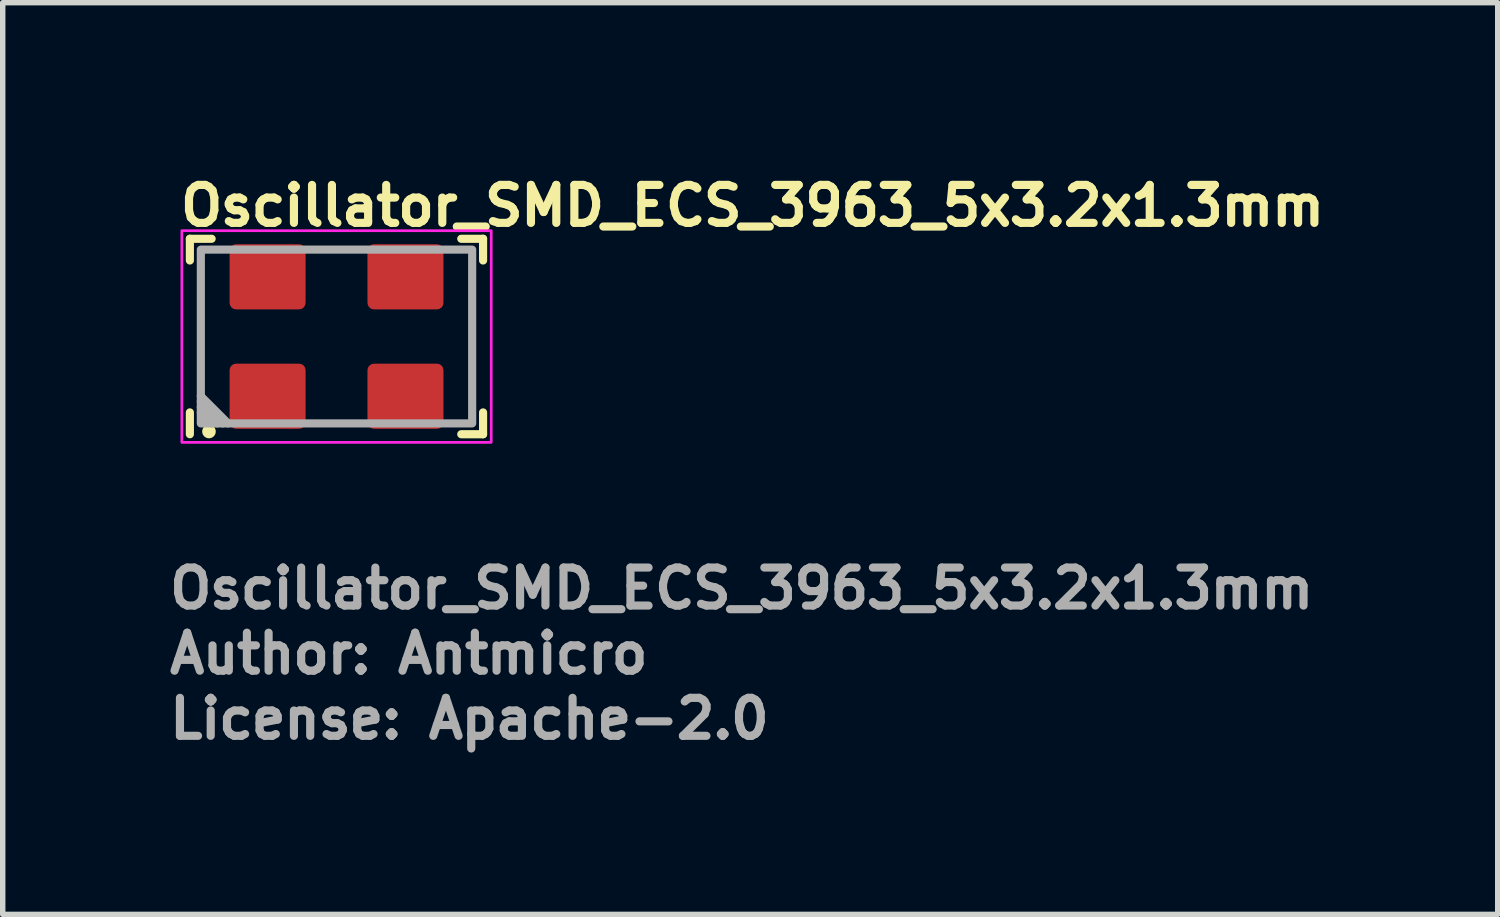
<source format=kicad_pcb>
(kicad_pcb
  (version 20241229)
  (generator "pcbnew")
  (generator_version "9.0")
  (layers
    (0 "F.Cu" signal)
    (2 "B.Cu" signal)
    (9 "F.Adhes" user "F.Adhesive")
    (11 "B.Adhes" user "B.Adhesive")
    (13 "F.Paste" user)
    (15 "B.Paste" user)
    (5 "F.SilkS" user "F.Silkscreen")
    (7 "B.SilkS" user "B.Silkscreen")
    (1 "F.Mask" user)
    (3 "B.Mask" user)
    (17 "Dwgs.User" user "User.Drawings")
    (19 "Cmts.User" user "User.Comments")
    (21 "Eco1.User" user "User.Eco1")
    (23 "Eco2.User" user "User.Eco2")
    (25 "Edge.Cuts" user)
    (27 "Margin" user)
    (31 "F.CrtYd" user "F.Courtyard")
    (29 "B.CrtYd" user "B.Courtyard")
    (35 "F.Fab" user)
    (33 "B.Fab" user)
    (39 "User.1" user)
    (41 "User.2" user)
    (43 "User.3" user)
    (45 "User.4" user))
  (footprint "Oscillator_SMD_ECS_3963_5x3.2x1.3mm"
    (layer "F.Cu")
    (at 3.15 3.15)
    (property "Reference" "Oscillator_SMD_ECS_3963_5x3.2x1.3mm" (at -2.95 -2 0) (layer "F.SilkS") (effects (font (size 0.7 0.7) (thickness 0.15)) (justify left bottom)))
    (attr smd)
    (fp_line (start -2.702 -1.801) (end -2.301 -1.801) (stroke (width 0.15) (type solid)) (layer "F.SilkS"))
    (fp_line (start -2.702 -1.401) (end -2.702 -1.801) (stroke (width 0.15) (type solid)) (layer "F.SilkS"))
    (fp_line (start -2.702 1.8) (end -2.702 1.398) (stroke (width 0.15) (type solid)) (layer "F.SilkS"))
    (fp_line (start 2.298 -1.801) (end 2.7 -1.801) (stroke (width 0.15) (type solid)) (layer "F.SilkS"))
    (fp_line (start 2.7 -1.801) (end 2.7 -1.401) (stroke (width 0.15) (type solid)) (layer "F.SilkS"))
    (fp_line (start 2.7 1.398) (end 2.7 1.8) (stroke (width 0.15) (type solid)) (layer "F.SilkS"))
    (fp_line (start 2.7 1.8) (end 2.298 1.8) (stroke (width 0.15) (type solid)) (layer "F.SilkS"))
    (fp_circle (center -2.35 1.75) (end -2.3 1.75) (stroke (width 0.15) (type solid)) (fill yes) (layer "F.SilkS"))
    (fp_rect (start -2.85 -1.95) (end 2.85 1.95) (stroke (width 0.05) (type solid)) (fill no) (layer "F.CrtYd"))
    (fp_line (start -2.3 1.6) (end -2.5 1.4) (stroke (width 0.15) (type solid)) (layer "F.Fab"))
    (fp_line (start -2.2 1.6) (end -2.5 1.3) (stroke (width 0.15) (type solid)) (layer "F.Fab"))
    (fp_line (start -2.1 1.6) (end -2.5 1.2) (stroke (width 0.15) (type solid)) (layer "F.Fab"))
    (fp_line (start -2 1.6) (end -2.5 1.1) (stroke (width 0.15) (type solid)) (layer "F.Fab"))
    (fp_rect (start -2.5 -1.601) (end 2.499 1.6) (stroke (width 0.15) (type solid)) (fill no) (layer "F.Fab"))
    (fp_rect (start -2.5 -1.6) (end 2.5 1.6) (stroke (width 0.1) (type solid)) (fill no) (layer "User.5"))
    (fp_line (start -2.5 -1.4) (end -2.47 -1.402) (stroke (width 0.02) (type solid)) (layer "User.9"))
    (fp_line (start -2.5 -1.2) (end -2.497 -1.252) (stroke (width 0.02) (type solid)) (layer "User.9"))
    (fp_line (start -2.5 -0.7) (end -2.5 -1.4) (stroke (width 0.02) (type solid)) (layer "User.9"))
    (fp_line (start -2.5 1.2) (end -2.5 -1.2) (stroke (width 0.02) (type solid)) (layer "User.9"))
    (fp_line (start -2.5 1.4) (end -2.5 0.7) (stroke (width 0.02) (type solid)) (layer "User.9"))
    (fp_line (start -2.497 -1.252) (end -2.486 -1.304) (stroke (width 0.02) (type solid)) (layer "User.9"))
    (fp_line (start -2.497 1.252) (end -2.5 1.2) (stroke (width 0.02) (type solid)) (layer "User.9"))
    (fp_line (start -2.486 -1.304) (end -2.47 -1.353) (stroke (width 0.02) (type solid)) (layer "User.9"))
    (fp_line (start -2.486 1.304) (end -2.497 1.252) (stroke (width 0.02) (type solid)) (layer "User.9"))
    (fp_line (start -2.47 -1.402) (end -2.441 -1.409) (stroke (width 0.02) (type solid)) (layer "User.9"))
    (fp_line (start -2.47 -1.353) (end -2.446 -1.4) (stroke (width 0.02) (type solid)) (layer "User.9"))
    (fp_line (start -2.47 1.353) (end -2.486 1.304) (stroke (width 0.02) (type solid)) (layer "User.9"))
    (fp_line (start -2.47 1.402) (end -2.5 1.4) (stroke (width 0.02) (type solid)) (layer "User.9"))
    (fp_line (start -2.446 -1.4) (end -2.417 -1.444) (stroke (width 0.02) (type solid)) (layer "User.9"))
    (fp_line (start -2.446 1.4) (end -2.47 1.353) (stroke (width 0.02) (type solid)) (layer "User.9"))
    (fp_line (start -2.441 1.409) (end -2.47 1.402) (stroke (width 0.02) (type solid)) (layer "User.9"))
    (fp_line (start -2.417 -1.444) (end -2.383 -1.483) (stroke (width 0.02) (type solid)) (layer "User.9"))
    (fp_line (start -2.417 1.444) (end -2.446 1.4) (stroke (width 0.02) (type solid)) (layer "User.9"))
    (fp_line (start -2.383 -1.483) (end -2.344 -1.517) (stroke (width 0.02) (type solid)) (layer "User.9"))
    (fp_line (start -2.383 1.483) (end -2.417 1.444) (stroke (width 0.02) (type solid)) (layer "User.9"))
    (fp_line (start -2.344 -1.517) (end -2.3 -1.546) (stroke (width 0.02) (type solid)) (layer "User.9"))
    (fp_line (start -2.344 1.517) (end -2.383 1.483) (stroke (width 0.02) (type solid)) (layer "User.9"))
    (fp_line (start -2.309 -1.541) (end -2.302 -1.57) (stroke (width 0.02) (type solid)) (layer "User.9"))
    (fp_line (start -2.302 -1.57) (end -2.3 -1.6) (stroke (width 0.02) (type solid)) (layer "User.9"))
    (fp_line (start -2.302 1.57) (end -2.309 1.541) (stroke (width 0.02) (type solid)) (layer "User.9"))
    (fp_line (start -2.3 -1.6) (end -1.72 -1.6) (stroke (width 0.02) (type solid)) (layer "User.9"))
    (fp_line (start -2.3 -1.546) (end -2.253 -1.57) (stroke (width 0.02) (type solid)) (layer "User.9"))
    (fp_line (start -2.3 -1.2) (end -2.296 -1.239) (stroke (width 0.02) (type solid)) (layer "User.9"))
    (fp_line (start -2.3 1.2) (end -2.3 -1.2) (stroke (width 0.02) (type solid)) (layer "User.9"))
    (fp_line (start -2.3 1.546) (end -2.344 1.517) (stroke (width 0.02) (type solid)) (layer "User.9"))
    (fp_line (start -2.3 1.6) (end -2.302 1.57) (stroke (width 0.02) (type solid)) (layer "User.9"))
    (fp_line (start -2.296 -1.239) (end -2.285 -1.277) (stroke (width 0.02) (type solid)) (layer "User.9"))
    (fp_line (start -2.296 1.239) (end -2.3 1.2) (stroke (width 0.02) (type solid)) (layer "User.9"))
    (fp_line (start -2.285 -1.277) (end -2.266 -1.311) (stroke (width 0.02) (type solid)) (layer "User.9"))
    (fp_line (start -2.285 1.277) (end -2.296 1.239) (stroke (width 0.02) (type solid)) (layer "User.9"))
    (fp_line (start -2.266 -1.311) (end -2.241 -1.341) (stroke (width 0.02) (type solid)) (layer "User.9"))
    (fp_line (start -2.266 1.311) (end -2.285 1.277) (stroke (width 0.02) (type solid)) (layer "User.9"))
    (fp_line (start -2.253 -1.57) (end -2.204 -1.586) (stroke (width 0.02) (type solid)) (layer "User.9"))
    (fp_line (start -2.253 1.57) (end -2.3 1.546) (stroke (width 0.02) (type solid)) (layer "User.9"))
    (fp_line (start -2.241 -1.341) (end -2.211 -1.366) (stroke (width 0.02) (type solid)) (layer "User.9"))
    (fp_line (start -2.241 1.341) (end -2.266 1.311) (stroke (width 0.02) (type solid)) (layer "User.9"))
    (fp_line (start -2.211 -1.366) (end -2.177 -1.385) (stroke (width 0.02) (type solid)) (layer "User.9"))
    (fp_line (start -2.211 1.366) (end -2.241 1.341) (stroke (width 0.02) (type solid)) (layer "User.9"))
    (fp_line (start -2.204 -1.586) (end -2.152 -1.597) (stroke (width 0.02) (type solid)) (layer "User.9"))
    (fp_line (start -2.204 1.586) (end -2.253 1.57) (stroke (width 0.02) (type solid)) (layer "User.9"))
    (fp_line (start -2.177 -1.385) (end -2.139 -1.396) (stroke (width 0.02) (type solid)) (layer "User.9"))
    (fp_line (start -2.177 1.385) (end -2.211 1.366) (stroke (width 0.02) (type solid)) (layer "User.9"))
    (fp_line (start -2.152 -1.597) (end -2.1 -1.6) (stroke (width 0.02) (type solid)) (layer "User.9"))
    (fp_line (start -2.152 1.597) (end -2.204 1.586) (stroke (width 0.02) (type solid)) (layer "User.9"))
    (fp_line (start -2.139 -1.396) (end -2.1 -1.4) (stroke (width 0.02) (type solid)) (layer "User.9"))
    (fp_line (start -2.139 1.396) (end -2.177 1.385) (stroke (width 0.02) (type solid)) (layer "User.9"))
    (fp_line (start -2.1 -1.6) (end 2.1 -1.6) (stroke (width 0.02) (type solid)) (layer "User.9"))
    (fp_line (start -2.1 -1.4) (end 2.1 -1.4) (stroke (width 0.02) (type solid)) (layer "User.9"))
    (fp_line (start -2.1 1.4) (end -2.139 1.396) (stroke (width 0.02) (type solid)) (layer "User.9"))
    (fp_line (start -2.1 1.6) (end -2.152 1.597) (stroke (width 0.02) (type solid)) (layer "User.9"))
    (fp_line (start -1.72 1.6) (end -2.3 1.6) (stroke (width 0.02) (type solid)) (layer "User.9"))
    (fp_line (start 1.72 -1.6) (end 2.3 -1.6) (stroke (width 0.02) (type solid)) (layer "User.9"))
    (fp_line (start 2.1 -1.6) (end 2.152 -1.597) (stroke (width 0.02) (type solid)) (layer "User.9"))
    (fp_line (start 2.1 -1.4) (end 2.139 -1.396) (stroke (width 0.02) (type solid)) (layer "User.9"))
    (fp_line (start 2.1 1.4) (end -2.1 1.4) (stroke (width 0.02) (type solid)) (layer "User.9"))
    (fp_line (start 2.1 1.6) (end -2.1 1.6) (stroke (width 0.02) (type solid)) (layer "User.9"))
    (fp_line (start 2.139 -1.396) (end 2.177 -1.385) (stroke (width 0.02) (type solid)) (layer "User.9"))
    (fp_line (start 2.139 1.396) (end 2.1 1.4) (stroke (width 0.02) (type solid)) (layer "User.9"))
    (fp_line (start 2.152 -1.597) (end 2.204 -1.586) (stroke (width 0.02) (type solid)) (layer "User.9"))
    (fp_line (start 2.152 1.597) (end 2.1 1.6) (stroke (width 0.02) (type solid)) (layer "User.9"))
    (fp_line (start 2.177 -1.385) (end 2.211 -1.366) (stroke (width 0.02) (type solid)) (layer "User.9"))
    (fp_line (start 2.177 1.385) (end 2.139 1.396) (stroke (width 0.02) (type solid)) (layer "User.9"))
    (fp_line (start 2.204 -1.586) (end 2.253 -1.57) (stroke (width 0.02) (type solid)) (layer "User.9"))
    (fp_line (start 2.204 1.586) (end 2.152 1.597) (stroke (width 0.02) (type solid)) (layer "User.9"))
    (fp_line (start 2.211 -1.366) (end 2.241 -1.341) (stroke (width 0.02) (type solid)) (layer "User.9"))
    (fp_line (start 2.211 1.366) (end 2.177 1.385) (stroke (width 0.02) (type solid)) (layer "User.9"))
    (fp_line (start 2.241 -1.341) (end 2.266 -1.311) (stroke (width 0.02) (type solid)) (layer "User.9"))
    (fp_line (start 2.241 1.341) (end 2.211 1.366) (stroke (width 0.02) (type solid)) (layer "User.9"))
    (fp_line (start 2.253 -1.57) (end 2.3 -1.546) (stroke (width 0.02) (type solid)) (layer "User.9"))
    (fp_line (start 2.253 1.57) (end 2.204 1.586) (stroke (width 0.02) (type solid)) (layer "User.9"))
    (fp_line (start 2.266 -1.311) (end 2.285 -1.277) (stroke (width 0.02) (type solid)) (layer "User.9"))
    (fp_line (start 2.266 1.311) (end 2.241 1.341) (stroke (width 0.02) (type solid)) (layer "User.9"))
    (fp_line (start 2.285 -1.277) (end 2.296 -1.239) (stroke (width 0.02) (type solid)) (layer "User.9"))
    (fp_line (start 2.285 1.277) (end 2.266 1.311) (stroke (width 0.02) (type solid)) (layer "User.9"))
    (fp_line (start 2.296 -1.239) (end 2.3 -1.2) (stroke (width 0.02) (type solid)) (layer "User.9"))
    (fp_line (start 2.296 1.239) (end 2.285 1.277) (stroke (width 0.02) (type solid)) (layer "User.9"))
    (fp_line (start 2.3 -1.6) (end 2.302 -1.57) (stroke (width 0.02) (type solid)) (layer "User.9"))
    (fp_line (start 2.3 -1.546) (end 2.344 -1.517) (stroke (width 0.02) (type solid)) (layer "User.9"))
    (fp_line (start 2.3 -1.2) (end 2.3 1.2) (stroke (width 0.02) (type solid)) (layer "User.9"))
    (fp_line (start 2.3 1.2) (end 2.296 1.239) (stroke (width 0.02) (type solid)) (layer "User.9"))
    (fp_line (start 2.3 1.546) (end 2.253 1.57) (stroke (width 0.02) (type solid)) (layer "User.9"))
    (fp_line (start 2.3 1.6) (end 1.72 1.6) (stroke (width 0.02) (type solid)) (layer "User.9"))
    (fp_line (start 2.302 -1.57) (end 2.309 -1.541) (stroke (width 0.02) (type solid)) (layer "User.9"))
    (fp_line (start 2.302 1.57) (end 2.3 1.6) (stroke (width 0.02) (type solid)) (layer "User.9"))
    (fp_line (start 2.309 1.541) (end 2.302 1.57) (stroke (width 0.02) (type solid)) (layer "User.9"))
    (fp_line (start 2.344 -1.517) (end 2.383 -1.483) (stroke (width 0.02) (type solid)) (layer "User.9"))
    (fp_line (start 2.344 1.517) (end 2.3 1.546) (stroke (width 0.02) (type solid)) (layer "User.9"))
    (fp_line (start 2.383 -1.483) (end 2.417 -1.444) (stroke (width 0.02) (type solid)) (layer "User.9"))
    (fp_line (start 2.383 1.483) (end 2.344 1.517) (stroke (width 0.02) (type solid)) (layer "User.9"))
    (fp_line (start 2.417 -1.444) (end 2.446 -1.4) (stroke (width 0.02) (type solid)) (layer "User.9"))
    (fp_line (start 2.417 1.444) (end 2.383 1.483) (stroke (width 0.02) (type solid)) (layer "User.9"))
    (fp_line (start 2.441 -1.409) (end 2.47 -1.402) (stroke (width 0.02) (type solid)) (layer "User.9"))
    (fp_line (start 2.446 -1.4) (end 2.47 -1.353) (stroke (width 0.02) (type solid)) (layer "User.9"))
    (fp_line (start 2.446 1.4) (end 2.417 1.444) (stroke (width 0.02) (type solid)) (layer "User.9"))
    (fp_line (start 2.47 -1.402) (end 2.5 -1.4) (stroke (width 0.02) (type solid)) (layer "User.9"))
    (fp_line (start 2.47 -1.353) (end 2.486 -1.304) (stroke (width 0.02) (type solid)) (layer "User.9"))
    (fp_line (start 2.47 1.353) (end 2.446 1.4) (stroke (width 0.02) (type solid)) (layer "User.9"))
    (fp_line (start 2.47 1.402) (end 2.441 1.409) (stroke (width 0.02) (type solid)) (layer "User.9"))
    (fp_line (start 2.486 -1.304) (end 2.497 -1.252) (stroke (width 0.02) (type solid)) (layer "User.9"))
    (fp_line (start 2.486 1.304) (end 2.47 1.353) (stroke (width 0.02) (type solid)) (layer "User.9"))
    (fp_line (start 2.497 -1.252) (end 2.5 -1.2) (stroke (width 0.02) (type solid)) (layer "User.9"))
    (fp_line (start 2.497 1.252) (end 2.486 1.304) (stroke (width 0.02) (type solid)) (layer "User.9"))
    (fp_line (start 2.5 -1.4) (end 2.5 -0.7) (stroke (width 0.02) (type solid)) (layer "User.9"))
    (fp_line (start 2.5 -1.2) (end 2.5 1.2) (stroke (width 0.02) (type solid)) (layer "User.9"))
    (fp_line (start 2.5 0.7) (end 2.5 1.4) (stroke (width 0.02) (type solid)) (layer "User.9"))
    (fp_line (start 2.5 1.2) (end 2.497 1.252) (stroke (width 0.02) (type solid)) (layer "User.9"))
    (fp_line (start 2.5 1.4) (end 2.47 1.402) (stroke (width 0.02) (type solid)) (layer "User.9"))
    (fp_text user "Author: Antmicro" (at -3.15 6.25 0) (layer "F.Fab") (effects (font (size 0.7 0.7) (thickness 0.15)) (justify left bottom)))
    (fp_text user "${REFERENCE}" (at -3.15 5.05 0) (layer "F.Fab") (effects (font (size 0.7 0.7) (thickness 0.15)) (justify left bottom)))
    (fp_text user "License: Apache-2.0" (at -3.15 7.45 0) (layer "F.Fab") (effects (font (size 0.7 0.7) (thickness 0.15)) (justify left bottom)))
    (pad "1" smd roundrect (at -1.27 1.1) (size 1.4 1.2) (layers "F.Cu" "F.Mask" "F.Paste") (roundrect_rratio 0.1))
    (pad "2" smd roundrect (at 1.27 1.1) (size 1.4 1.2) (layers "F.Cu" "F.Mask" "F.Paste") (roundrect_rratio 0.1))
    (pad "3" smd roundrect (at 1.27 -1.1) (size 1.4 1.2) (layers "F.Cu" "F.Mask" "F.Paste") (roundrect_rratio 0.1))
    (pad "4" smd roundrect (at -1.27 -1.1) (size 1.4 1.2) (layers "F.Cu" "F.Mask" "F.Paste") (roundrect_rratio 0.1)))
  (gr_rect
    (start -3 -3)
    (end 24.543 13.796)
    (stroke (width 0.1) (type default))
    (fill no)
    (layer "Edge.Cuts")))
</source>
